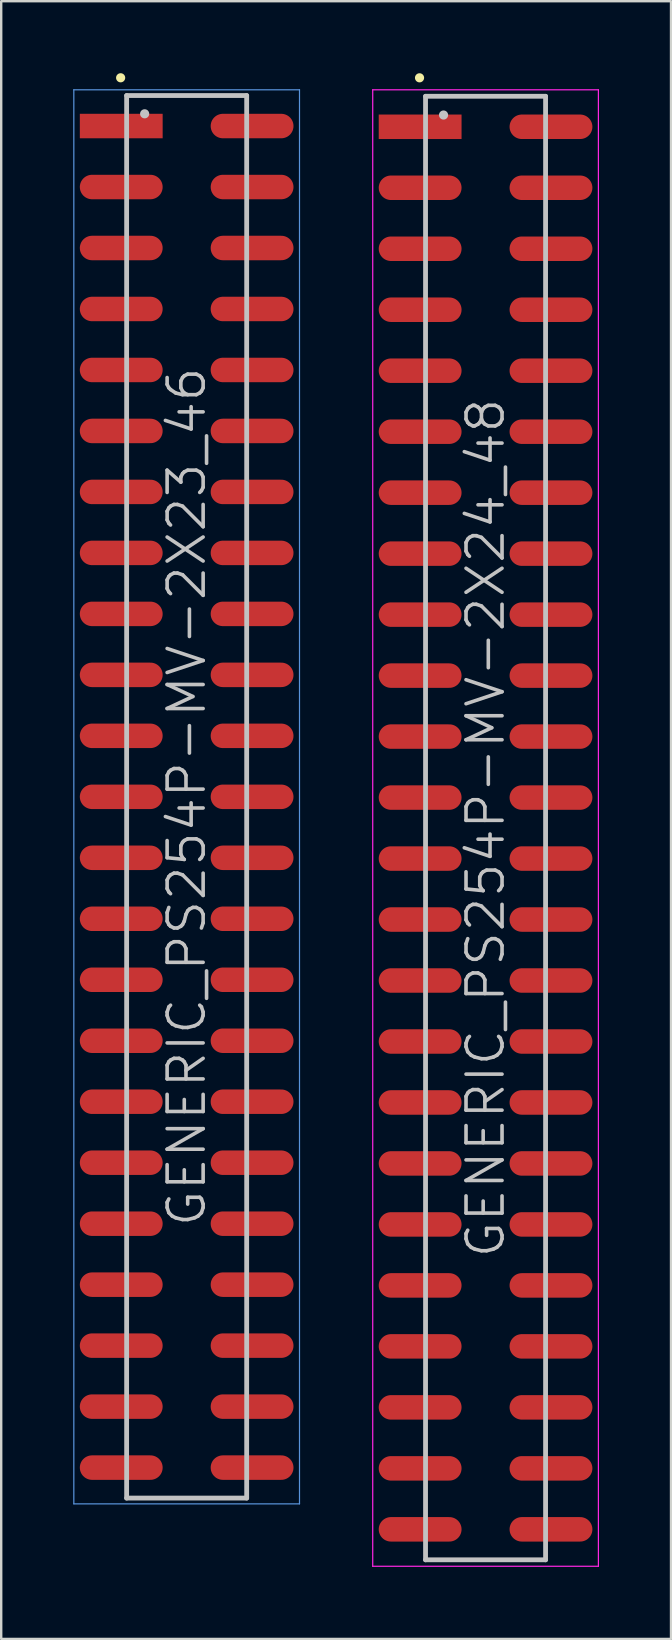
<source format=kicad_pcb>
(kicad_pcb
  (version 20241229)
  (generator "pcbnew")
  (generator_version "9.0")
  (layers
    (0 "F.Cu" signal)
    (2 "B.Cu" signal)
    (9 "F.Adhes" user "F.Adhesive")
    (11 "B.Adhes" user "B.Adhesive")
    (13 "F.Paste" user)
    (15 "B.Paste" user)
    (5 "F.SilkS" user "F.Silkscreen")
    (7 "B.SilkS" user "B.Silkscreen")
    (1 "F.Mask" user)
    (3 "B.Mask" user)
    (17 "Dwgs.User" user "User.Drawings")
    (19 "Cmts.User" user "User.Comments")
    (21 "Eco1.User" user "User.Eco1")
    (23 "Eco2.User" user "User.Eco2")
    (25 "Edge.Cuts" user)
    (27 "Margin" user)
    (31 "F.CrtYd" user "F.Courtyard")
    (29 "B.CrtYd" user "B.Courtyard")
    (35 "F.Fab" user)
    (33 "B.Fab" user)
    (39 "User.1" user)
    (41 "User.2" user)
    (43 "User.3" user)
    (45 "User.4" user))
  (footprint "GENERIC_PS254P-MV-2X24_48"
    (layer "F.Cu")
    (at 17.175 31.441)
    (property "Reference" "GENERIC_PS254P-MV-2X24_48" (at 0 0 90) (layer "Dwgs.User") (effects (font (size 1.5 1.5) (thickness 0.15))))
    (attr smd)
    (fp_line (start -2.75 -31.25) (end -2.75 -31.25) (stroke (width 0.381) (type solid)) (layer "F.SilkS"))
    (fp_line (start -2.5 -30.48) (end -2.5 30.48) (stroke (width 0.2) (type solid)) (layer "Dwgs.User"))
    (fp_line (start -2.5 -30.48) (end 2.5 -30.48) (stroke (width 0.2) (type solid)) (layer "Dwgs.User"))
    (fp_line (start -2.5 30.48) (end 2.5 30.48) (stroke (width 0.2) (type solid)) (layer "Dwgs.User"))
    (fp_line (start -1.75 -29.7) (end -1.75 -29.7) (stroke (width 0.381) (type solid)) (layer "Dwgs.User"))
    (fp_line (start 2.5 -30.48) (end 2.5 30.48) (stroke (width 0.2) (type solid)) (layer "Dwgs.User"))
    (fp_line (start -4.7 -30.75) (end -4.7 30.75) (stroke (width 0.05) (type solid)) (layer "F.CrtYd"))
    (fp_line (start -4.7 -30.75) (end 4.7 -30.75) (stroke (width 0.05) (type solid)) (layer "F.CrtYd"))
    (fp_line (start -4.7 30.75) (end 4.7 30.75) (stroke (width 0.05) (type solid)) (layer "F.CrtYd"))
    (fp_line (start 4.7 -30.75) (end 4.7 30.75) (stroke (width 0.05) (type solid)) (layer "F.CrtYd"))
    (pad "1" smd rect (at -2.725 -29.21 270) (size 1.02 3.45) (layers "F.Cu" "F.Mask" "F.Paste"))
    (pad "2" smd oval (at 2.725 -29.21 270) (size 1.02 3.45) (layers "F.Cu" "F.Mask" "F.Paste"))
    (pad "3" smd oval (at -2.725 -26.67 270) (size 1.02 3.45) (layers "F.Cu" "F.Mask" "F.Paste"))
    (pad "4" smd oval (at 2.725 -26.67 270) (size 1.02 3.45) (layers "F.Cu" "F.Mask" "F.Paste"))
    (pad "5" smd oval (at -2.725 -24.13 270) (size 1.02 3.45) (layers "F.Cu" "F.Mask" "F.Paste"))
    (pad "6" smd oval (at 2.725 -24.13 270) (size 1.02 3.45) (layers "F.Cu" "F.Mask" "F.Paste"))
    (pad "7" smd oval (at -2.725 -21.59 270) (size 1.02 3.45) (layers "F.Cu" "F.Mask" "F.Paste"))
    (pad "8" smd oval (at 2.725 -21.59 270) (size 1.02 3.45) (layers "F.Cu" "F.Mask" "F.Paste"))
    (pad "9" smd oval (at -2.725 -19.05 270) (size 1.02 3.45) (layers "F.Cu" "F.Mask" "F.Paste"))
    (pad "10" smd oval (at 2.725 -19.05 270) (size 1.02 3.45) (layers "F.Cu" "F.Mask" "F.Paste"))
    (pad "11" smd oval (at -2.725 -16.51 270) (size 1.02 3.45) (layers "F.Cu" "F.Mask" "F.Paste"))
    (pad "12" smd oval (at 2.725 -16.51 270) (size 1.02 3.45) (layers "F.Cu" "F.Mask" "F.Paste"))
    (pad "13" smd oval (at -2.725 -13.97 270) (size 1.02 3.45) (layers "F.Cu" "F.Mask" "F.Paste"))
    (pad "14" smd oval (at 2.725 -13.97 270) (size 1.02 3.45) (layers "F.Cu" "F.Mask" "F.Paste"))
    (pad "15" smd oval (at -2.725 -11.43 270) (size 1.02 3.45) (layers "F.Cu" "F.Mask" "F.Paste"))
    (pad "16" smd oval (at 2.725 -11.43 270) (size 1.02 3.45) (layers "F.Cu" "F.Mask" "F.Paste"))
    (pad "17" smd oval (at -2.725 -8.89 270) (size 1.02 3.45) (layers "F.Cu" "F.Mask" "F.Paste"))
    (pad "18" smd oval (at 2.725 -8.89 270) (size 1.02 3.45) (layers "F.Cu" "F.Mask" "F.Paste"))
    (pad "19" smd oval (at -2.725 -6.35 270) (size 1.02 3.45) (layers "F.Cu" "F.Mask" "F.Paste"))
    (pad "20" smd oval (at 2.725 -6.35 270) (size 1.02 3.45) (layers "F.Cu" "F.Mask" "F.Paste"))
    (pad "21" smd oval (at -2.725 -3.81 270) (size 1.02 3.45) (layers "F.Cu" "F.Mask" "F.Paste"))
    (pad "22" smd oval (at 2.725 -3.81 270) (size 1.02 3.45) (layers "F.Cu" "F.Mask" "F.Paste"))
    (pad "23" smd oval (at -2.725 -1.27 270) (size 1.02 3.45) (layers "F.Cu" "F.Mask" "F.Paste"))
    (pad "24" smd oval (at 2.725 -1.27 270) (size 1.02 3.45) (layers "F.Cu" "F.Mask" "F.Paste"))
    (pad "25" smd oval (at -2.725 1.27 270) (size 1.02 3.45) (layers "F.Cu" "F.Mask" "F.Paste"))
    (pad "26" smd oval (at 2.725 1.27 270) (size 1.02 3.45) (layers "F.Cu" "F.Mask" "F.Paste"))
    (pad "27" smd oval (at -2.725 3.81 270) (size 1.02 3.45) (layers "F.Cu" "F.Mask" "F.Paste"))
    (pad "28" smd oval (at 2.725 3.81 270) (size 1.02 3.45) (layers "F.Cu" "F.Mask" "F.Paste"))
    (pad "29" smd oval (at -2.725 6.35 270) (size 1.02 3.45) (layers "F.Cu" "F.Mask" "F.Paste"))
    (pad "30" smd oval (at 2.725 6.35 270) (size 1.02 3.45) (layers "F.Cu" "F.Mask" "F.Paste"))
    (pad "31" smd oval (at -2.725 8.89 270) (size 1.02 3.45) (layers "F.Cu" "F.Mask" "F.Paste"))
    (pad "32" smd oval (at 2.725 8.89 270) (size 1.02 3.45) (layers "F.Cu" "F.Mask" "F.Paste"))
    (pad "33" smd oval (at -2.725 11.43 270) (size 1.02 3.45) (layers "F.Cu" "F.Mask" "F.Paste"))
    (pad "34" smd oval (at 2.725 11.43 270) (size 1.02 3.45) (layers "F.Cu" "F.Mask" "F.Paste"))
    (pad "35" smd oval (at -2.725 13.97 270) (size 1.02 3.45) (layers "F.Cu" "F.Mask" "F.Paste"))
    (pad "36" smd oval (at 2.725 13.97 270) (size 1.02 3.45) (layers "F.Cu" "F.Mask" "F.Paste"))
    (pad "37" smd oval (at -2.725 16.51 270) (size 1.02 3.45) (layers "F.Cu" "F.Mask" "F.Paste"))
    (pad "38" smd oval (at 2.725 16.51 270) (size 1.02 3.45) (layers "F.Cu" "F.Mask" "F.Paste"))
    (pad "39" smd oval (at -2.725 19.05 270) (size 1.02 3.45) (layers "F.Cu" "F.Mask" "F.Paste"))
    (pad "40" smd oval (at 2.725 19.05 270) (size 1.02 3.45) (layers "F.Cu" "F.Mask" "F.Paste"))
    (pad "41" smd oval (at -2.725 21.59 270) (size 1.02 3.45) (layers "F.Cu" "F.Mask" "F.Paste"))
    (pad "42" smd oval (at 2.725 21.59 270) (size 1.02 3.45) (layers "F.Cu" "F.Mask" "F.Paste"))
    (pad "43" smd oval (at -2.725 24.13 270) (size 1.02 3.45) (layers "F.Cu" "F.Mask" "F.Paste"))
    (pad "44" smd oval (at 2.725 24.13 270) (size 1.02 3.45) (layers "F.Cu" "F.Mask" "F.Paste"))
    (pad "45" smd oval (at -2.725 26.67 270) (size 1.02 3.45) (layers "F.Cu" "F.Mask" "F.Paste"))
    (pad "46" smd oval (at 2.725 26.67 270) (size 1.02 3.45) (layers "F.Cu" "F.Mask" "F.Paste"))
    (pad "47" smd oval (at -2.725 29.21 270) (size 1.02 3.45) (layers "F.Cu" "F.Mask" "F.Paste"))
    (pad "48" smd oval (at 2.725 29.21 270) (size 1.02 3.45) (layers "F.Cu" "F.Mask" "F.Paste")))
  (footprint "GENERIC_PS254P-MV-2X23_46"
    (layer "F.Cu")
    (at 4.725 30.14)
    (property "Reference" "GENERIC_PS254P-MV-2X23_46" (at 0 0 90) (layer "Dwgs.User") (effects (font (size 1.5 1.5) (thickness 0.15))))
    (attr smd)
    (fp_line (start -2.75 -29.95) (end -2.75 -29.95) (stroke (width 0.381) (type solid)) (layer "F.SilkS"))
    (fp_line (start -2.5 -29.21) (end -2.5 29.21) (stroke (width 0.2) (type solid)) (layer "Dwgs.User"))
    (fp_line (start -2.5 -29.21) (end 2.5 -29.21) (stroke (width 0.2) (type solid)) (layer "Dwgs.User"))
    (fp_line (start -2.5 29.21) (end 2.5 29.21) (stroke (width 0.2) (type solid)) (layer "Dwgs.User"))
    (fp_line (start -1.75 -28.45) (end -1.75 -28.45) (stroke (width 0.381) (type solid)) (layer "Dwgs.User"))
    (fp_line (start 2.5 -29.21) (end 2.5 29.21) (stroke (width 0.2) (type solid)) (layer "Dwgs.User"))
    (fp_line (start -4.7 -29.45) (end -4.7 29.45) (stroke (width 0.05) (type solid)) (layer "Cmts.User"))
    (fp_line (start -4.7 -29.45) (end 4.7 -29.45) (stroke (width 0.05) (type solid)) (layer "Cmts.User"))
    (fp_line (start -4.7 29.45) (end 4.7 29.45) (stroke (width 0.05) (type solid)) (layer "Cmts.User"))
    (fp_line (start 4.7 -29.45) (end 4.7 29.45) (stroke (width 0.05) (type solid)) (layer "Cmts.User"))
    (pad "1" smd rect (at -2.725 -27.94 270) (size 1.02 3.45) (layers "F.Cu" "F.Mask" "F.Paste"))
    (pad "2" smd oval (at 2.725 -27.94 270) (size 1.02 3.45) (layers "F.Cu" "F.Mask" "F.Paste"))
    (pad "3" smd oval (at -2.725 -25.4 270) (size 1.02 3.45) (layers "F.Cu" "F.Mask" "F.Paste"))
    (pad "4" smd oval (at 2.725 -25.4 270) (size 1.02 3.45) (layers "F.Cu" "F.Mask" "F.Paste"))
    (pad "5" smd oval (at -2.725 -22.86 270) (size 1.02 3.45) (layers "F.Cu" "F.Mask" "F.Paste"))
    (pad "6" smd oval (at 2.725 -22.86 270) (size 1.02 3.45) (layers "F.Cu" "F.Mask" "F.Paste"))
    (pad "7" smd oval (at -2.725 -20.32 270) (size 1.02 3.45) (layers "F.Cu" "F.Mask" "F.Paste"))
    (pad "8" smd oval (at 2.725 -20.32 270) (size 1.02 3.45) (layers "F.Cu" "F.Mask" "F.Paste"))
    (pad "9" smd oval (at -2.725 -17.78 270) (size 1.02 3.45) (layers "F.Cu" "F.Mask" "F.Paste"))
    (pad "10" smd oval (at 2.725 -17.78 270) (size 1.02 3.45) (layers "F.Cu" "F.Mask" "F.Paste"))
    (pad "11" smd oval (at -2.725 -15.24 270) (size 1.02 3.45) (layers "F.Cu" "F.Mask" "F.Paste"))
    (pad "12" smd oval (at 2.725 -15.24 270) (size 1.02 3.45) (layers "F.Cu" "F.Mask" "F.Paste"))
    (pad "13" smd oval (at -2.725 -12.7 270) (size 1.02 3.45) (layers "F.Cu" "F.Mask" "F.Paste"))
    (pad "14" smd oval (at 2.725 -12.7 270) (size 1.02 3.45) (layers "F.Cu" "F.Mask" "F.Paste"))
    (pad "15" smd oval (at -2.725 -10.16 270) (size 1.02 3.45) (layers "F.Cu" "F.Mask" "F.Paste"))
    (pad "16" smd oval (at 2.725 -10.16 270) (size 1.02 3.45) (layers "F.Cu" "F.Mask" "F.Paste"))
    (pad "17" smd oval (at -2.725 -7.62 270) (size 1.02 3.45) (layers "F.Cu" "F.Mask" "F.Paste"))
    (pad "18" smd oval (at 2.725 -7.62 270) (size 1.02 3.45) (layers "F.Cu" "F.Mask" "F.Paste"))
    (pad "19" smd oval (at -2.725 -5.08 270) (size 1.02 3.45) (layers "F.Cu" "F.Mask" "F.Paste"))
    (pad "20" smd oval (at 2.725 -5.08 270) (size 1.02 3.45) (layers "F.Cu" "F.Mask" "F.Paste"))
    (pad "21" smd oval (at -2.725 -2.54 270) (size 1.02 3.45) (layers "F.Cu" "F.Mask" "F.Paste"))
    (pad "22" smd oval (at 2.725 -2.54 270) (size 1.02 3.45) (layers "F.Cu" "F.Mask" "F.Paste"))
    (pad "23" smd oval (at -2.725 0 270) (size 1.02 3.45) (layers "F.Cu" "F.Mask" "F.Paste"))
    (pad "24" smd oval (at 2.725 0 270) (size 1.02 3.45) (layers "F.Cu" "F.Mask" "F.Paste"))
    (pad "25" smd oval (at -2.725 2.54 270) (size 1.02 3.45) (layers "F.Cu" "F.Mask" "F.Paste"))
    (pad "26" smd oval (at 2.725 2.54 270) (size 1.02 3.45) (layers "F.Cu" "F.Mask" "F.Paste"))
    (pad "27" smd oval (at -2.725 5.08 270) (size 1.02 3.45) (layers "F.Cu" "F.Mask" "F.Paste"))
    (pad "28" smd oval (at 2.725 5.08 270) (size 1.02 3.45) (layers "F.Cu" "F.Mask" "F.Paste"))
    (pad "29" smd oval (at -2.725 7.62 270) (size 1.02 3.45) (layers "F.Cu" "F.Mask" "F.Paste"))
    (pad "30" smd oval (at 2.725 7.62 270) (size 1.02 3.45) (layers "F.Cu" "F.Mask" "F.Paste"))
    (pad "31" smd oval (at -2.725 10.16 270) (size 1.02 3.45) (layers "F.Cu" "F.Mask" "F.Paste"))
    (pad "32" smd oval (at 2.725 10.16 270) (size 1.02 3.45) (layers "F.Cu" "F.Mask" "F.Paste"))
    (pad "33" smd oval (at -2.725 12.7 270) (size 1.02 3.45) (layers "F.Cu" "F.Mask" "F.Paste"))
    (pad "34" smd oval (at 2.725 12.7 270) (size 1.02 3.45) (layers "F.Cu" "F.Mask" "F.Paste"))
    (pad "35" smd oval (at -2.725 15.24 270) (size 1.02 3.45) (layers "F.Cu" "F.Mask" "F.Paste"))
    (pad "36" smd oval (at 2.725 15.24 270) (size 1.02 3.45) (layers "F.Cu" "F.Mask" "F.Paste"))
    (pad "37" smd oval (at -2.725 17.78 270) (size 1.02 3.45) (layers "F.Cu" "F.Mask" "F.Paste"))
    (pad "38" smd oval (at 2.725 17.78 270) (size 1.02 3.45) (layers "F.Cu" "F.Mask" "F.Paste"))
    (pad "39" smd oval (at -2.725 20.32 270) (size 1.02 3.45) (layers "F.Cu" "F.Mask" "F.Paste"))
    (pad "40" smd oval (at 2.725 20.32 270) (size 1.02 3.45) (layers "F.Cu" "F.Mask" "F.Paste"))
    (pad "41" smd oval (at -2.725 22.86 270) (size 1.02 3.45) (layers "F.Cu" "F.Mask" "F.Paste"))
    (pad "42" smd oval (at 2.725 22.86 270) (size 1.02 3.45) (layers "F.Cu" "F.Mask" "F.Paste"))
    (pad "43" smd oval (at -2.725 25.4 270) (size 1.02 3.45) (layers "F.Cu" "F.Mask" "F.Paste"))
    (pad "44" smd oval (at 2.725 25.4 270) (size 1.02 3.45) (layers "F.Cu" "F.Mask" "F.Paste"))
    (pad "45" smd oval (at -2.725 27.94 270) (size 1.02 3.45) (layers "F.Cu" "F.Mask" "F.Paste"))
    (pad "46" smd oval (at 2.725 27.94 270) (size 1.02 3.45) (layers "F.Cu" "F.Mask" "F.Paste")))
  (gr_rect
    (start -3 -3)
    (end 24.9 65.216)
    (stroke (width 0.1) (type default))
    (fill no)
    (layer "Edge.Cuts")))
</source>
